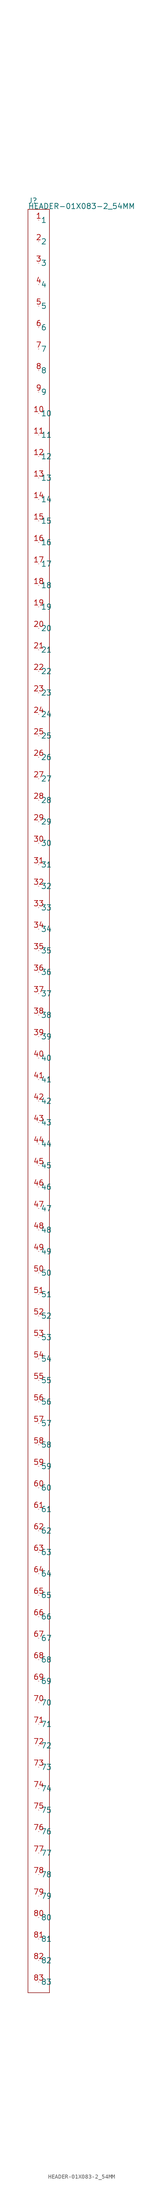
<source format=kicad_sym>
(kicad_symbol_lib
  (version 20211014)
  (generator kicad_symbol_editor)
  (symbol "HEADER-01X083-2_54MM"
    (pin_names)
    (property "Reference" "J"
      (at -2.54 212.09 0)
      (effects (font (size 1.27 1.27)) (justify left bottom)))
    (property "Value" "HEADER-01X083-2_54MM"
      (at -2.54 210.82 0)
      (effects (font (size 1.27 1.27)) (justify left bottom)))
    (property "Datasheet" ""
      (at 0 0 0))
    (property "ki_description" "Header 1x83  - Header Vertical 83POS 2.54MM Technical Specifications: Pitch: 0.1\" (2.54mm) "
      (at 0 0 0))
    (property "ki_fp_filters" "FlashPCB_Connectors:HEADER-THT-01X083-2_54MM FlashPCB_Connectors:HEADER-THT-LONG-01X083-2_54MM FlashPCB_Connectors:HEADER-THT-NOSILK-01X083-2_54MM FlashPCB_Connectors:HEADER-THT-LONG-NOSILK-01X083-2_54MM"
      (at 0 0 0))
    (symbol "HEADER-01X083-2_54MM_1_1"
      (polyline (pts (xy -2.54 210.82) (xy 2.54 210.82)) (stroke (width 0.127)) (fill (type none)))
      (polyline (pts (xy 2.54 210.82) (xy 2.54 -210.82)) (stroke (width 0.127)) (fill (type none)))
      (polyline (pts (xy 2.54 -210.82) (xy -2.54 -210.82)) (stroke (width 0.127)) (fill (type none)))
      (polyline (pts (xy -2.54 -210.82) (xy -2.54 210.82)) (stroke (width 0.127)) (fill (type none)))
      (pin bidirectional line (at 0 208.28 0) (length 0) (name "1" (effects (font (size 1.27 1.27)))) (number "1" (effects (font (size 1.27 1.27)))))
      (pin bidirectional line (at 0 203.2 0) (length 0) (name "2" (effects (font (size 1.27 1.27)))) (number "2" (effects (font (size 1.27 1.27)))))
      (pin bidirectional line (at 0 198.12 0) (length 0) (name "3" (effects (font (size 1.27 1.27)))) (number "3" (effects (font (size 1.27 1.27)))))
      (pin bidirectional line (at 0 193.04 0) (length 0) (name "4" (effects (font (size 1.27 1.27)))) (number "4" (effects (font (size 1.27 1.27)))))
      (pin bidirectional line (at 0 187.96 0) (length 0) (name "5" (effects (font (size 1.27 1.27)))) (number "5" (effects (font (size 1.27 1.27)))))
      (pin bidirectional line (at 0 182.88 0) (length 0) (name "6" (effects (font (size 1.27 1.27)))) (number "6" (effects (font (size 1.27 1.27)))))
      (pin bidirectional line (at 0 177.8 0) (length 0) (name "7" (effects (font (size 1.27 1.27)))) (number "7" (effects (font (size 1.27 1.27)))))
      (pin bidirectional line (at 0 172.72 0) (length 0) (name "8" (effects (font (size 1.27 1.27)))) (number "8" (effects (font (size 1.27 1.27)))))
      (pin bidirectional line (at 0 167.64 0) (length 0) (name "9" (effects (font (size 1.27 1.27)))) (number "9" (effects (font (size 1.27 1.27)))))
      (pin bidirectional line (at 0 162.56 0) (length 0) (name "10" (effects (font (size 1.27 1.27)))) (number "10" (effects (font (size 1.27 1.27)))))
      (pin bidirectional line (at 0 157.48 0) (length 0) (name "11" (effects (font (size 1.27 1.27)))) (number "11" (effects (font (size 1.27 1.27)))))
      (pin bidirectional line (at 0 152.4 0) (length 0) (name "12" (effects (font (size 1.27 1.27)))) (number "12" (effects (font (size 1.27 1.27)))))
      (pin bidirectional line (at 0 147.32 0) (length 0) (name "13" (effects (font (size 1.27 1.27)))) (number "13" (effects (font (size 1.27 1.27)))))
      (pin bidirectional line (at 0 142.24 0) (length 0) (name "14" (effects (font (size 1.27 1.27)))) (number "14" (effects (font (size 1.27 1.27)))))
      (pin bidirectional line (at 0 137.16 0) (length 0) (name "15" (effects (font (size 1.27 1.27)))) (number "15" (effects (font (size 1.27 1.27)))))
      (pin bidirectional line (at 0 132.08 0) (length 0) (name "16" (effects (font (size 1.27 1.27)))) (number "16" (effects (font (size 1.27 1.27)))))
      (pin bidirectional line (at 0 127 0) (length 0) (name "17" (effects (font (size 1.27 1.27)))) (number "17" (effects (font (size 1.27 1.27)))))
      (pin bidirectional line (at 0 121.92 0) (length 0) (name "18" (effects (font (size 1.27 1.27)))) (number "18" (effects (font (size 1.27 1.27)))))
      (pin bidirectional line (at 0 116.84 0) (length 0) (name "19" (effects (font (size 1.27 1.27)))) (number "19" (effects (font (size 1.27 1.27)))))
      (pin bidirectional line (at 0 111.76 0) (length 0) (name "20" (effects (font (size 1.27 1.27)))) (number "20" (effects (font (size 1.27 1.27)))))
      (pin bidirectional line (at 0 106.68 0) (length 0) (name "21" (effects (font (size 1.27 1.27)))) (number "21" (effects (font (size 1.27 1.27)))))
      (pin bidirectional line (at 0 101.6 0) (length 0) (name "22" (effects (font (size 1.27 1.27)))) (number "22" (effects (font (size 1.27 1.27)))))
      (pin bidirectional line (at 0 96.52 0) (length 0) (name "23" (effects (font (size 1.27 1.27)))) (number "23" (effects (font (size 1.27 1.27)))))
      (pin bidirectional line (at 0 91.44 0) (length 0) (name "24" (effects (font (size 1.27 1.27)))) (number "24" (effects (font (size 1.27 1.27)))))
      (pin bidirectional line (at 0 86.36 0) (length 0) (name "25" (effects (font (size 1.27 1.27)))) (number "25" (effects (font (size 1.27 1.27)))))
      (pin bidirectional line (at 0 81.28 0) (length 0) (name "26" (effects (font (size 1.27 1.27)))) (number "26" (effects (font (size 1.27 1.27)))))
      (pin bidirectional line (at 0 76.2 0) (length 0) (name "27" (effects (font (size 1.27 1.27)))) (number "27" (effects (font (size 1.27 1.27)))))
      (pin bidirectional line (at 0 71.12 0) (length 0) (name "28" (effects (font (size 1.27 1.27)))) (number "28" (effects (font (size 1.27 1.27)))))
      (pin bidirectional line (at 0 66.04 0) (length 0) (name "29" (effects (font (size 1.27 1.27)))) (number "29" (effects (font (size 1.27 1.27)))))
      (pin bidirectional line (at 0 60.96 0) (length 0) (name "30" (effects (font (size 1.27 1.27)))) (number "30" (effects (font (size 1.27 1.27)))))
      (pin bidirectional line (at 0 55.88 0) (length 0) (name "31" (effects (font (size 1.27 1.27)))) (number "31" (effects (font (size 1.27 1.27)))))
      (pin bidirectional line (at 0 50.8 0) (length 0) (name "32" (effects (font (size 1.27 1.27)))) (number "32" (effects (font (size 1.27 1.27)))))
      (pin bidirectional line (at 0 45.72 0) (length 0) (name "33" (effects (font (size 1.27 1.27)))) (number "33" (effects (font (size 1.27 1.27)))))
      (pin bidirectional line (at 0 40.64 0) (length 0) (name "34" (effects (font (size 1.27 1.27)))) (number "34" (effects (font (size 1.27 1.27)))))
      (pin bidirectional line (at 0 35.56 0) (length 0) (name "35" (effects (font (size 1.27 1.27)))) (number "35" (effects (font (size 1.27 1.27)))))
      (pin bidirectional line (at 0 30.48 0) (length 0) (name "36" (effects (font (size 1.27 1.27)))) (number "36" (effects (font (size 1.27 1.27)))))
      (pin bidirectional line (at 0 25.4 0) (length 0) (name "37" (effects (font (size 1.27 1.27)))) (number "37" (effects (font (size 1.27 1.27)))))
      (pin bidirectional line (at 0 20.32 0) (length 0) (name "38" (effects (font (size 1.27 1.27)))) (number "38" (effects (font (size 1.27 1.27)))))
      (pin bidirectional line (at 0 15.24 0) (length 0) (name "39" (effects (font (size 1.27 1.27)))) (number "39" (effects (font (size 1.27 1.27)))))
      (pin bidirectional line (at 0 10.16 0) (length 0) (name "40" (effects (font (size 1.27 1.27)))) (number "40" (effects (font (size 1.27 1.27)))))
      (pin bidirectional line (at 0 5.08 0) (length 0) (name "41" (effects (font (size 1.27 1.27)))) (number "41" (effects (font (size 1.27 1.27)))))
      (pin bidirectional line (at 0 0 0) (length 0) (name "42" (effects (font (size 1.27 1.27)))) (number "42" (effects (font (size 1.27 1.27)))))
      (pin bidirectional line (at 0 -5.08 0) (length 0) (name "43" (effects (font (size 1.27 1.27)))) (number "43" (effects (font (size 1.27 1.27)))))
      (pin bidirectional line (at 0 -10.16 0) (length 0) (name "44" (effects (font (size 1.27 1.27)))) (number "44" (effects (font (size 1.27 1.27)))))
      (pin bidirectional line (at 0 -15.24 0) (length 0) (name "45" (effects (font (size 1.27 1.27)))) (number "45" (effects (font (size 1.27 1.27)))))
      (pin bidirectional line (at 0 -20.32 0) (length 0) (name "46" (effects (font (size 1.27 1.27)))) (number "46" (effects (font (size 1.27 1.27)))))
      (pin bidirectional line (at 0 -25.4 0) (length 0) (name "47" (effects (font (size 1.27 1.27)))) (number "47" (effects (font (size 1.27 1.27)))))
      (pin bidirectional line (at 0 -30.48 0) (length 0) (name "48" (effects (font (size 1.27 1.27)))) (number "48" (effects (font (size 1.27 1.27)))))
      (pin bidirectional line (at 0 -35.56 0) (length 0) (name "49" (effects (font (size 1.27 1.27)))) (number "49" (effects (font (size 1.27 1.27)))))
      (pin bidirectional line (at 0 -40.64 0) (length 0) (name "50" (effects (font (size 1.27 1.27)))) (number "50" (effects (font (size 1.27 1.27)))))
      (pin bidirectional line (at 0 -45.72 0) (length 0) (name "51" (effects (font (size 1.27 1.27)))) (number "51" (effects (font (size 1.27 1.27)))))
      (pin bidirectional line (at 0 -50.8 0) (length 0) (name "52" (effects (font (size 1.27 1.27)))) (number "52" (effects (font (size 1.27 1.27)))))
      (pin bidirectional line (at 0 -55.88 0) (length 0) (name "53" (effects (font (size 1.27 1.27)))) (number "53" (effects (font (size 1.27 1.27)))))
      (pin bidirectional line (at 0 -60.96 0) (length 0) (name "54" (effects (font (size 1.27 1.27)))) (number "54" (effects (font (size 1.27 1.27)))))
      (pin bidirectional line (at 0 -66.04 0) (length 0) (name "55" (effects (font (size 1.27 1.27)))) (number "55" (effects (font (size 1.27 1.27)))))
      (pin bidirectional line (at 0 -71.12 0) (length 0) (name "56" (effects (font (size 1.27 1.27)))) (number "56" (effects (font (size 1.27 1.27)))))
      (pin bidirectional line (at 0 -76.2 0) (length 0) (name "57" (effects (font (size 1.27 1.27)))) (number "57" (effects (font (size 1.27 1.27)))))
      (pin bidirectional line (at 0 -81.28 0) (length 0) (name "58" (effects (font (size 1.27 1.27)))) (number "58" (effects (font (size 1.27 1.27)))))
      (pin bidirectional line (at 0 -86.36 0) (length 0) (name "59" (effects (font (size 1.27 1.27)))) (number "59" (effects (font (size 1.27 1.27)))))
      (pin bidirectional line (at 0 -91.44 0) (length 0) (name "60" (effects (font (size 1.27 1.27)))) (number "60" (effects (font (size 1.27 1.27)))))
      (pin bidirectional line (at 0 -96.52 0) (length 0) (name "61" (effects (font (size 1.27 1.27)))) (number "61" (effects (font (size 1.27 1.27)))))
      (pin bidirectional line (at 0 -101.6 0) (length 0) (name "62" (effects (font (size 1.27 1.27)))) (number "62" (effects (font (size 1.27 1.27)))))
      (pin bidirectional line (at 0 -106.68 0) (length 0) (name "63" (effects (font (size 1.27 1.27)))) (number "63" (effects (font (size 1.27 1.27)))))
      (pin bidirectional line (at 0 -111.76 0) (length 0) (name "64" (effects (font (size 1.27 1.27)))) (number "64" (effects (font (size 1.27 1.27)))))
      (pin bidirectional line (at 0 -116.84 0) (length 0) (name "65" (effects (font (size 1.27 1.27)))) (number "65" (effects (font (size 1.27 1.27)))))
      (pin bidirectional line (at 0 -121.92 0) (length 0) (name "66" (effects (font (size 1.27 1.27)))) (number "66" (effects (font (size 1.27 1.27)))))
      (pin bidirectional line (at 0 -127 0) (length 0) (name "67" (effects (font (size 1.27 1.27)))) (number "67" (effects (font (size 1.27 1.27)))))
      (pin bidirectional line (at 0 -132.08 0) (length 0) (name "68" (effects (font (size 1.27 1.27)))) (number "68" (effects (font (size 1.27 1.27)))))
      (pin bidirectional line (at 0 -137.16 0) (length 0) (name "69" (effects (font (size 1.27 1.27)))) (number "69" (effects (font (size 1.27 1.27)))))
      (pin bidirectional line (at 0 -142.24 0) (length 0) (name "70" (effects (font (size 1.27 1.27)))) (number "70" (effects (font (size 1.27 1.27)))))
      (pin bidirectional line (at 0 -147.32 0) (length 0) (name "71" (effects (font (size 1.27 1.27)))) (number "71" (effects (font (size 1.27 1.27)))))
      (pin bidirectional line (at 0 -152.4 0) (length 0) (name "72" (effects (font (size 1.27 1.27)))) (number "72" (effects (font (size 1.27 1.27)))))
      (pin bidirectional line (at 0 -157.48 0) (length 0) (name "73" (effects (font (size 1.27 1.27)))) (number "73" (effects (font (size 1.27 1.27)))))
      (pin bidirectional line (at 0 -162.56 0) (length 0) (name "74" (effects (font (size 1.27 1.27)))) (number "74" (effects (font (size 1.27 1.27)))))
      (pin bidirectional line (at 0 -167.64 0) (length 0) (name "75" (effects (font (size 1.27 1.27)))) (number "75" (effects (font (size 1.27 1.27)))))
      (pin bidirectional line (at 0 -172.72 0) (length 0) (name "76" (effects (font (size 1.27 1.27)))) (number "76" (effects (font (size 1.27 1.27)))))
      (pin bidirectional line (at 0 -177.8 0) (length 0) (name "77" (effects (font (size 1.27 1.27)))) (number "77" (effects (font (size 1.27 1.27)))))
      (pin bidirectional line (at 0 -182.88 0) (length 0) (name "78" (effects (font (size 1.27 1.27)))) (number "78" (effects (font (size 1.27 1.27)))))
      (pin bidirectional line (at 0 -187.96 0) (length 0) (name "79" (effects (font (size 1.27 1.27)))) (number "79" (effects (font (size 1.27 1.27)))))
      (pin bidirectional line (at 0 -193.04 0) (length 0) (name "80" (effects (font (size 1.27 1.27)))) (number "80" (effects (font (size 1.27 1.27)))))
      (pin bidirectional line (at 0 -198.12 0) (length 0) (name "81" (effects (font (size 1.27 1.27)))) (number "81" (effects (font (size 1.27 1.27)))))
      (pin bidirectional line (at 0 -203.2 0) (length 0) (name "82" (effects (font (size 1.27 1.27)))) (number "82" (effects (font (size 1.27 1.27)))))
      (pin bidirectional line (at 0 -208.28 0) (length 0) (name "83" (effects (font (size 1.27 1.27)))) (number "83" (effects (font (size 1.27 1.27))))))))
</source>
